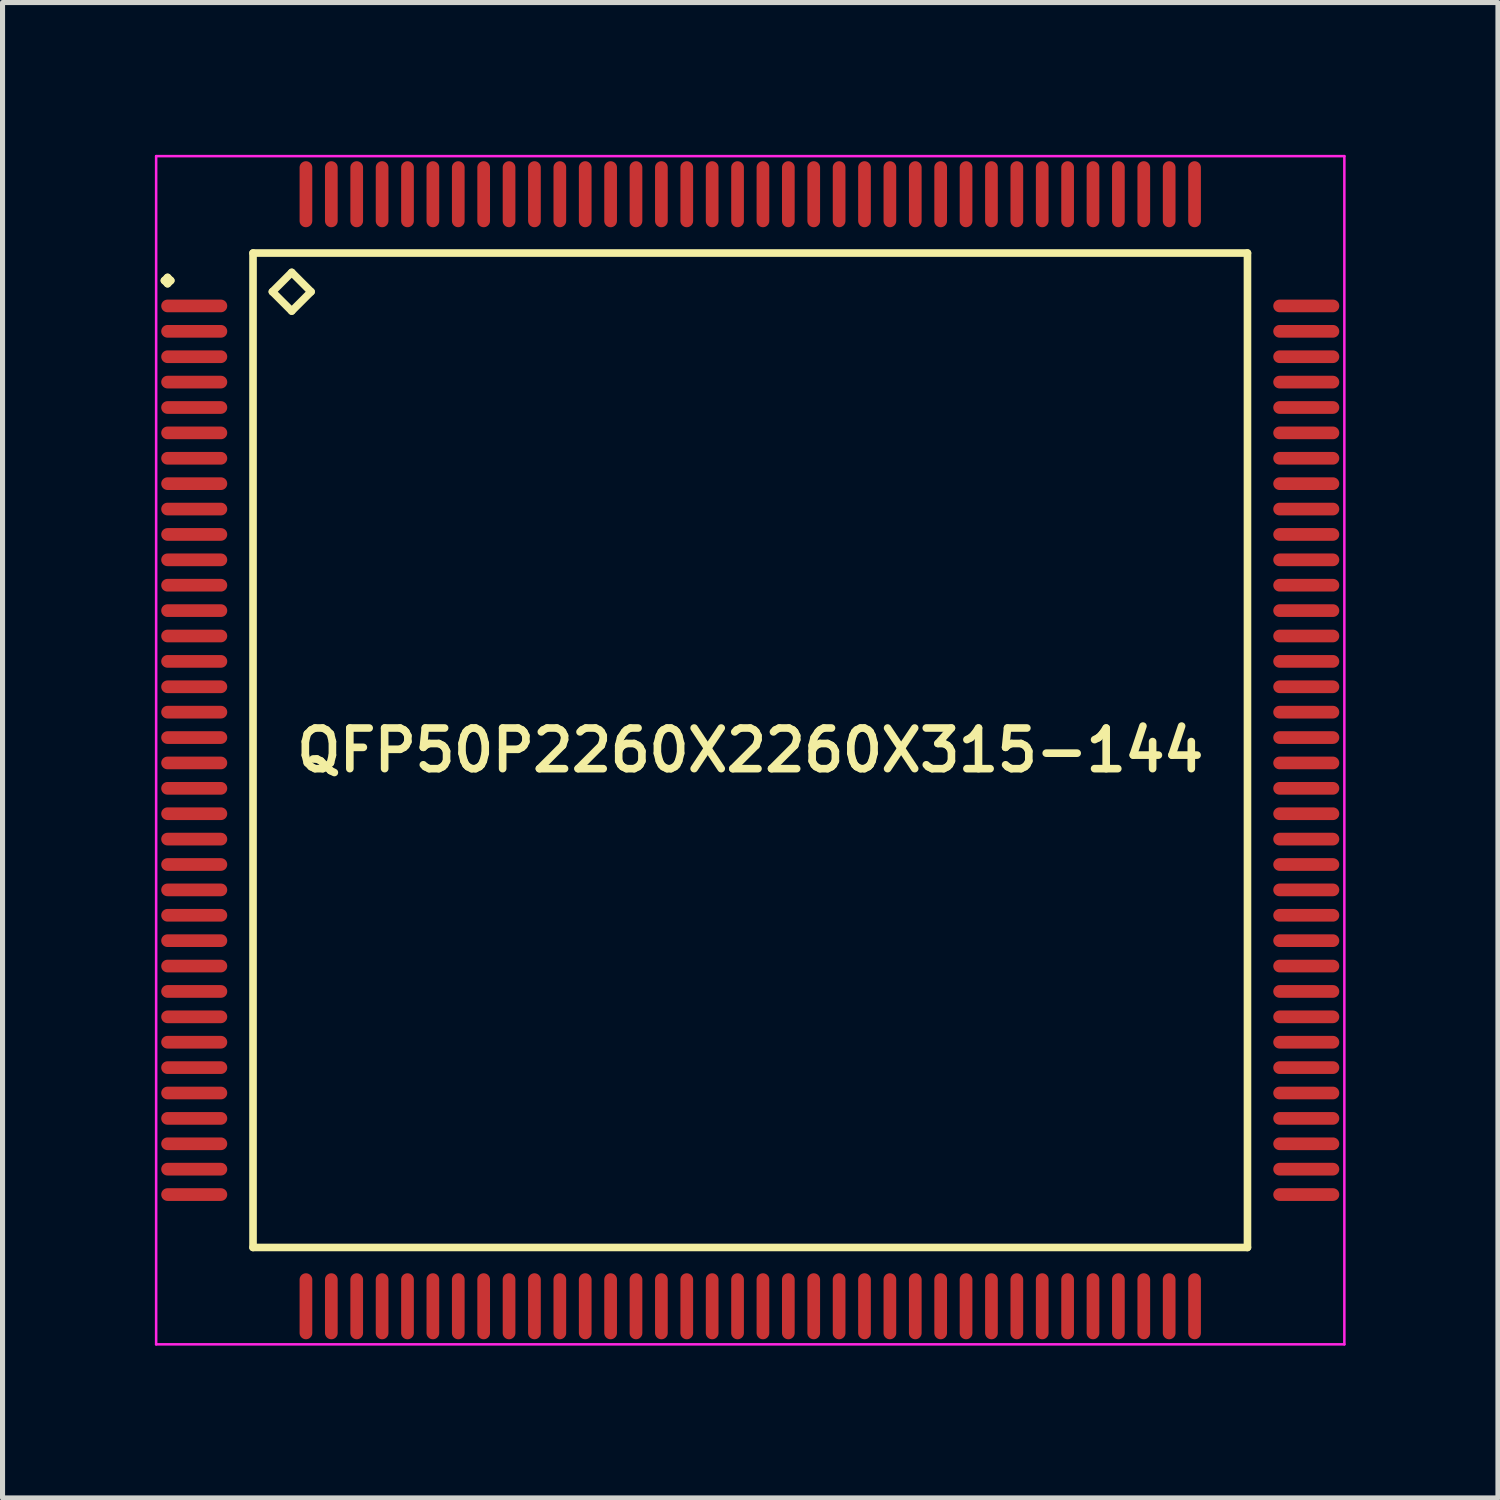
<source format=kicad_pcb>
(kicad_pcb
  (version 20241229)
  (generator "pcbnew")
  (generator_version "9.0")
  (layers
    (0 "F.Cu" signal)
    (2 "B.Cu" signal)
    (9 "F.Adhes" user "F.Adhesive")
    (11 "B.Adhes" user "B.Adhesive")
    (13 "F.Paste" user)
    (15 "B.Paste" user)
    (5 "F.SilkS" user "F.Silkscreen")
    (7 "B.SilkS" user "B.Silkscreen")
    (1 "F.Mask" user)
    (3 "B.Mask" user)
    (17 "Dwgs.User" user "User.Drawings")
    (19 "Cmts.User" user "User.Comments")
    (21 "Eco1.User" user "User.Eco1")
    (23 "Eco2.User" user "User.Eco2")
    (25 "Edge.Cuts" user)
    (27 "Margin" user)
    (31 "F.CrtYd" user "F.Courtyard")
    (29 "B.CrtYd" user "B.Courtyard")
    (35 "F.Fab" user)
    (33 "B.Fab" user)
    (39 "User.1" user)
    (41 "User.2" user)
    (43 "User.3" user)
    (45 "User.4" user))
  (footprint "QFP50P2260X2260X315-144"
    (layer "F.Cu")
    (at 11.725 11.725)
    (property "Reference" "QFP50P2260X2260X315-144" (at 0 0 0) (layer "F.SilkS") (effects (font (size 0.8 0.8) (thickness 0.15))))
    (attr smd)
    (fp_line (start -11.537 -9.25) (end -11.475 -9.312) (stroke (width 0.15) (type solid)) (layer "F.SilkS"))
    (fp_line (start -11.475 -9.312) (end -11.412 -9.25) (stroke (width 0.15) (type solid)) (layer "F.SilkS"))
    (fp_line (start -11.475 -9.188) (end -11.537 -9.25) (stroke (width 0.15) (type solid)) (layer "F.SilkS"))
    (fp_line (start -11.412 -9.25) (end -11.475 -9.188) (stroke (width 0.15) (type solid)) (layer "F.SilkS"))
    (fp_line (start -9.792 -9.792) (end -9.792 9.792) (stroke (width 0.15) (type solid)) (layer "F.SilkS"))
    (fp_line (start -9.792 9.792) (end 9.792 9.792) (stroke (width 0.15) (type solid)) (layer "F.SilkS"))
    (fp_line (start -9.411 -9.03) (end -9.03 -9.411) (stroke (width 0.15) (type solid)) (layer "F.SilkS"))
    (fp_line (start -9.03 -9.411) (end -8.649 -9.03) (stroke (width 0.15) (type solid)) (layer "F.SilkS"))
    (fp_line (start -9.03 -8.649) (end -9.411 -9.03) (stroke (width 0.15) (type solid)) (layer "F.SilkS"))
    (fp_line (start -8.649 -9.03) (end -9.03 -8.649) (stroke (width 0.15) (type solid)) (layer "F.SilkS"))
    (fp_line (start 9.792 -9.792) (end -9.792 -9.792) (stroke (width 0.15) (type solid)) (layer "F.SilkS"))
    (fp_line (start 9.792 9.792) (end 9.792 -9.792) (stroke (width 0.15) (type solid)) (layer "F.SilkS"))
    (fp_line (start -11.7 -11.7) (end 11.7 -11.7) (stroke (width 0.05) (type solid)) (layer "F.CrtYd"))
    (fp_line (start -11.7 11.7) (end -11.7 -11.7) (stroke (width 0.05) (type solid)) (layer "F.CrtYd"))
    (fp_line (start 11.7 -11.7) (end 11.7 11.7) (stroke (width 0.05) (type solid)) (layer "F.CrtYd"))
    (fp_line (start 11.7 11.7) (end -11.7 11.7) (stroke (width 0.05) (type solid)) (layer "F.CrtYd"))
    (pad "1" smd oval (at -10.95 -8.75) (size 1.3 0.25) (layers "F.Cu" "F.Mask" "F.Paste"))
    (pad "2" smd oval (at -10.95 -8.25) (size 1.3 0.25) (layers "F.Cu" "F.Mask" "F.Paste"))
    (pad "3" smd oval (at -10.95 -7.75) (size 1.3 0.25) (layers "F.Cu" "F.Mask" "F.Paste"))
    (pad "4" smd oval (at -10.95 -7.25) (size 1.3 0.25) (layers "F.Cu" "F.Mask" "F.Paste"))
    (pad "5" smd oval (at -10.95 -6.75) (size 1.3 0.25) (layers "F.Cu" "F.Mask" "F.Paste"))
    (pad "6" smd oval (at -10.95 -6.25) (size 1.3 0.25) (layers "F.Cu" "F.Mask" "F.Paste"))
    (pad "7" smd oval (at -10.95 -5.75) (size 1.3 0.25) (layers "F.Cu" "F.Mask" "F.Paste"))
    (pad "8" smd oval (at -10.95 -5.25) (size 1.3 0.25) (layers "F.Cu" "F.Mask" "F.Paste"))
    (pad "9" smd oval (at -10.95 -4.75) (size 1.3 0.25) (layers "F.Cu" "F.Mask" "F.Paste"))
    (pad "10" smd oval (at -10.95 -4.25) (size 1.3 0.25) (layers "F.Cu" "F.Mask" "F.Paste"))
    (pad "11" smd oval (at -10.95 -3.75) (size 1.3 0.25) (layers "F.Cu" "F.Mask" "F.Paste"))
    (pad "12" smd oval (at -10.95 -3.25) (size 1.3 0.25) (layers "F.Cu" "F.Mask" "F.Paste"))
    (pad "13" smd oval (at -10.95 -2.75) (size 1.3 0.25) (layers "F.Cu" "F.Mask" "F.Paste"))
    (pad "14" smd oval (at -10.95 -2.25) (size 1.3 0.25) (layers "F.Cu" "F.Mask" "F.Paste"))
    (pad "15" smd oval (at -10.95 -1.75) (size 1.3 0.25) (layers "F.Cu" "F.Mask" "F.Paste"))
    (pad "16" smd oval (at -10.95 -1.25) (size 1.3 0.25) (layers "F.Cu" "F.Mask" "F.Paste"))
    (pad "17" smd oval (at -10.95 -0.75) (size 1.3 0.25) (layers "F.Cu" "F.Mask" "F.Paste"))
    (pad "18" smd oval (at -10.95 -0.25) (size 1.3 0.25) (layers "F.Cu" "F.Mask" "F.Paste"))
    (pad "19" smd oval (at -10.95 0.25) (size 1.3 0.25) (layers "F.Cu" "F.Mask" "F.Paste"))
    (pad "20" smd oval (at -10.95 0.75) (size 1.3 0.25) (layers "F.Cu" "F.Mask" "F.Paste"))
    (pad "21" smd oval (at -10.95 1.25) (size 1.3 0.25) (layers "F.Cu" "F.Mask" "F.Paste"))
    (pad "22" smd oval (at -10.95 1.75) (size 1.3 0.25) (layers "F.Cu" "F.Mask" "F.Paste"))
    (pad "23" smd oval (at -10.95 2.25) (size 1.3 0.25) (layers "F.Cu" "F.Mask" "F.Paste"))
    (pad "24" smd oval (at -10.95 2.75) (size 1.3 0.25) (layers "F.Cu" "F.Mask" "F.Paste"))
    (pad "25" smd oval (at -10.95 3.25) (size 1.3 0.25) (layers "F.Cu" "F.Mask" "F.Paste"))
    (pad "26" smd oval (at -10.95 3.75) (size 1.3 0.25) (layers "F.Cu" "F.Mask" "F.Paste"))
    (pad "27" smd oval (at -10.95 4.25) (size 1.3 0.25) (layers "F.Cu" "F.Mask" "F.Paste"))
    (pad "28" smd oval (at -10.95 4.75) (size 1.3 0.25) (layers "F.Cu" "F.Mask" "F.Paste"))
    (pad "29" smd oval (at -10.95 5.25) (size 1.3 0.25) (layers "F.Cu" "F.Mask" "F.Paste"))
    (pad "30" smd oval (at -10.95 5.75) (size 1.3 0.25) (layers "F.Cu" "F.Mask" "F.Paste"))
    (pad "31" smd oval (at -10.95 6.25) (size 1.3 0.25) (layers "F.Cu" "F.Mask" "F.Paste"))
    (pad "32" smd oval (at -10.95 6.75) (size 1.3 0.25) (layers "F.Cu" "F.Mask" "F.Paste"))
    (pad "33" smd oval (at -10.95 7.25) (size 1.3 0.25) (layers "F.Cu" "F.Mask" "F.Paste"))
    (pad "34" smd oval (at -10.95 7.75) (size 1.3 0.25) (layers "F.Cu" "F.Mask" "F.Paste"))
    (pad "35" smd oval (at -10.95 8.25) (size 1.3 0.25) (layers "F.Cu" "F.Mask" "F.Paste"))
    (pad "36" smd oval (at -10.95 8.75) (size 1.3 0.25) (layers "F.Cu" "F.Mask" "F.Paste"))
    (pad "37" smd oval (at -8.75 10.95) (size 0.25 1.3) (layers "F.Cu" "F.Mask" "F.Paste"))
    (pad "38" smd oval (at -8.25 10.95) (size 0.25 1.3) (layers "F.Cu" "F.Mask" "F.Paste"))
    (pad "39" smd oval (at -7.75 10.95) (size 0.25 1.3) (layers "F.Cu" "F.Mask" "F.Paste"))
    (pad "40" smd oval (at -7.25 10.95) (size 0.25 1.3) (layers "F.Cu" "F.Mask" "F.Paste"))
    (pad "41" smd oval (at -6.75 10.95) (size 0.25 1.3) (layers "F.Cu" "F.Mask" "F.Paste"))
    (pad "42" smd oval (at -6.25 10.95) (size 0.25 1.3) (layers "F.Cu" "F.Mask" "F.Paste"))
    (pad "43" smd oval (at -5.75 10.95) (size 0.25 1.3) (layers "F.Cu" "F.Mask" "F.Paste"))
    (pad "44" smd oval (at -5.25 10.95) (size 0.25 1.3) (layers "F.Cu" "F.Mask" "F.Paste"))
    (pad "45" smd oval (at -4.75 10.95) (size 0.25 1.3) (layers "F.Cu" "F.Mask" "F.Paste"))
    (pad "46" smd oval (at -4.25 10.95) (size 0.25 1.3) (layers "F.Cu" "F.Mask" "F.Paste"))
    (pad "47" smd oval (at -3.75 10.95) (size 0.25 1.3) (layers "F.Cu" "F.Mask" "F.Paste"))
    (pad "48" smd oval (at -3.25 10.95) (size 0.25 1.3) (layers "F.Cu" "F.Mask" "F.Paste"))
    (pad "49" smd oval (at -2.75 10.95) (size 0.25 1.3) (layers "F.Cu" "F.Mask" "F.Paste"))
    (pad "50" smd oval (at -2.25 10.95) (size 0.25 1.3) (layers "F.Cu" "F.Mask" "F.Paste"))
    (pad "51" smd oval (at -1.75 10.95) (size 0.25 1.3) (layers "F.Cu" "F.Mask" "F.Paste"))
    (pad "52" smd oval (at -1.25 10.95) (size 0.25 1.3) (layers "F.Cu" "F.Mask" "F.Paste"))
    (pad "53" smd oval (at -0.75 10.95) (size 0.25 1.3) (layers "F.Cu" "F.Mask" "F.Paste"))
    (pad "54" smd oval (at -0.25 10.95) (size 0.25 1.3) (layers "F.Cu" "F.Mask" "F.Paste"))
    (pad "55" smd oval (at 0.25 10.95) (size 0.25 1.3) (layers "F.Cu" "F.Mask" "F.Paste"))
    (pad "56" smd oval (at 0.75 10.95) (size 0.25 1.3) (layers "F.Cu" "F.Mask" "F.Paste"))
    (pad "57" smd oval (at 1.25 10.95) (size 0.25 1.3) (layers "F.Cu" "F.Mask" "F.Paste"))
    (pad "58" smd oval (at 1.75 10.95) (size 0.25 1.3) (layers "F.Cu" "F.Mask" "F.Paste"))
    (pad "59" smd oval (at 2.25 10.95) (size 0.25 1.3) (layers "F.Cu" "F.Mask" "F.Paste"))
    (pad "60" smd oval (at 2.75 10.95) (size 0.25 1.3) (layers "F.Cu" "F.Mask" "F.Paste"))
    (pad "61" smd oval (at 3.25 10.95) (size 0.25 1.3) (layers "F.Cu" "F.Mask" "F.Paste"))
    (pad "62" smd oval (at 3.75 10.95) (size 0.25 1.3) (layers "F.Cu" "F.Mask" "F.Paste"))
    (pad "63" smd oval (at 4.25 10.95) (size 0.25 1.3) (layers "F.Cu" "F.Mask" "F.Paste"))
    (pad "64" smd oval (at 4.75 10.95) (size 0.25 1.3) (layers "F.Cu" "F.Mask" "F.Paste"))
    (pad "65" smd oval (at 5.25 10.95) (size 0.25 1.3) (layers "F.Cu" "F.Mask" "F.Paste"))
    (pad "66" smd oval (at 5.75 10.95) (size 0.25 1.3) (layers "F.Cu" "F.Mask" "F.Paste"))
    (pad "67" smd oval (at 6.25 10.95) (size 0.25 1.3) (layers "F.Cu" "F.Mask" "F.Paste"))
    (pad "68" smd oval (at 6.75 10.95) (size 0.25 1.3) (layers "F.Cu" "F.Mask" "F.Paste"))
    (pad "69" smd oval (at 7.25 10.95) (size 0.25 1.3) (layers "F.Cu" "F.Mask" "F.Paste"))
    (pad "70" smd oval (at 7.75 10.95) (size 0.25 1.3) (layers "F.Cu" "F.Mask" "F.Paste"))
    (pad "71" smd oval (at 8.25 10.95) (size 0.25 1.3) (layers "F.Cu" "F.Mask" "F.Paste"))
    (pad "72" smd oval (at 8.75 10.95) (size 0.25 1.3) (layers "F.Cu" "F.Mask" "F.Paste"))
    (pad "73" smd oval (at 10.95 8.75) (size 1.3 0.25) (layers "F.Cu" "F.Mask" "F.Paste"))
    (pad "74" smd oval (at 10.95 8.25) (size 1.3 0.25) (layers "F.Cu" "F.Mask" "F.Paste"))
    (pad "75" smd oval (at 10.95 7.75) (size 1.3 0.25) (layers "F.Cu" "F.Mask" "F.Paste"))
    (pad "76" smd oval (at 10.95 7.25) (size 1.3 0.25) (layers "F.Cu" "F.Mask" "F.Paste"))
    (pad "77" smd oval (at 10.95 6.75) (size 1.3 0.25) (layers "F.Cu" "F.Mask" "F.Paste"))
    (pad "78" smd oval (at 10.95 6.25) (size 1.3 0.25) (layers "F.Cu" "F.Mask" "F.Paste"))
    (pad "79" smd oval (at 10.95 5.75) (size 1.3 0.25) (layers "F.Cu" "F.Mask" "F.Paste"))
    (pad "80" smd oval (at 10.95 5.25) (size 1.3 0.25) (layers "F.Cu" "F.Mask" "F.Paste"))
    (pad "81" smd oval (at 10.95 4.75) (size 1.3 0.25) (layers "F.Cu" "F.Mask" "F.Paste"))
    (pad "82" smd oval (at 10.95 4.25) (size 1.3 0.25) (layers "F.Cu" "F.Mask" "F.Paste"))
    (pad "83" smd oval (at 10.95 3.75) (size 1.3 0.25) (layers "F.Cu" "F.Mask" "F.Paste"))
    (pad "84" smd oval (at 10.95 3.25) (size 1.3 0.25) (layers "F.Cu" "F.Mask" "F.Paste"))
    (pad "85" smd oval (at 10.95 2.75) (size 1.3 0.25) (layers "F.Cu" "F.Mask" "F.Paste"))
    (pad "86" smd oval (at 10.95 2.25) (size 1.3 0.25) (layers "F.Cu" "F.Mask" "F.Paste"))
    (pad "87" smd oval (at 10.95 1.75) (size 1.3 0.25) (layers "F.Cu" "F.Mask" "F.Paste"))
    (pad "88" smd oval (at 10.95 1.25) (size 1.3 0.25) (layers "F.Cu" "F.Mask" "F.Paste"))
    (pad "89" smd oval (at 10.95 0.75) (size 1.3 0.25) (layers "F.Cu" "F.Mask" "F.Paste"))
    (pad "90" smd oval (at 10.95 0.25) (size 1.3 0.25) (layers "F.Cu" "F.Mask" "F.Paste"))
    (pad "91" smd oval (at 10.95 -0.25) (size 1.3 0.25) (layers "F.Cu" "F.Mask" "F.Paste"))
    (pad "92" smd oval (at 10.95 -0.75) (size 1.3 0.25) (layers "F.Cu" "F.Mask" "F.Paste"))
    (pad "93" smd oval (at 10.95 -1.25) (size 1.3 0.25) (layers "F.Cu" "F.Mask" "F.Paste"))
    (pad "94" smd oval (at 10.95 -1.75) (size 1.3 0.25) (layers "F.Cu" "F.Mask" "F.Paste"))
    (pad "95" smd oval (at 10.95 -2.25) (size 1.3 0.25) (layers "F.Cu" "F.Mask" "F.Paste"))
    (pad "96" smd oval (at 10.95 -2.75) (size 1.3 0.25) (layers "F.Cu" "F.Mask" "F.Paste"))
    (pad "97" smd oval (at 10.95 -3.25) (size 1.3 0.25) (layers "F.Cu" "F.Mask" "F.Paste"))
    (pad "98" smd oval (at 10.95 -3.75) (size 1.3 0.25) (layers "F.Cu" "F.Mask" "F.Paste"))
    (pad "99" smd oval (at 10.95 -4.25) (size 1.3 0.25) (layers "F.Cu" "F.Mask" "F.Paste"))
    (pad "100" smd oval (at 10.95 -4.75) (size 1.3 0.25) (layers "F.Cu" "F.Mask" "F.Paste"))
    (pad "101" smd oval (at 10.95 -5.25) (size 1.3 0.25) (layers "F.Cu" "F.Mask" "F.Paste"))
    (pad "102" smd oval (at 10.95 -5.75) (size 1.3 0.25) (layers "F.Cu" "F.Mask" "F.Paste"))
    (pad "103" smd oval (at 10.95 -6.25) (size 1.3 0.25) (layers "F.Cu" "F.Mask" "F.Paste"))
    (pad "104" smd oval (at 10.95 -6.75) (size 1.3 0.25) (layers "F.Cu" "F.Mask" "F.Paste"))
    (pad "105" smd oval (at 10.95 -7.25) (size 1.3 0.25) (layers "F.Cu" "F.Mask" "F.Paste"))
    (pad "106" smd oval (at 10.95 -7.75) (size 1.3 0.25) (layers "F.Cu" "F.Mask" "F.Paste"))
    (pad "107" smd oval (at 10.95 -8.25) (size 1.3 0.25) (layers "F.Cu" "F.Mask" "F.Paste"))
    (pad "108" smd oval (at 10.95 -8.75) (size 1.3 0.25) (layers "F.Cu" "F.Mask" "F.Paste"))
    (pad "109" smd oval (at 8.75 -10.95) (size 0.25 1.3) (layers "F.Cu" "F.Mask" "F.Paste"))
    (pad "110" smd oval (at 8.25 -10.95) (size 0.25 1.3) (layers "F.Cu" "F.Mask" "F.Paste"))
    (pad "111" smd oval (at 7.75 -10.95) (size 0.25 1.3) (layers "F.Cu" "F.Mask" "F.Paste"))
    (pad "112" smd oval (at 7.25 -10.95) (size 0.25 1.3) (layers "F.Cu" "F.Mask" "F.Paste"))
    (pad "113" smd oval (at 6.75 -10.95) (size 0.25 1.3) (layers "F.Cu" "F.Mask" "F.Paste"))
    (pad "114" smd oval (at 6.25 -10.95) (size 0.25 1.3) (layers "F.Cu" "F.Mask" "F.Paste"))
    (pad "115" smd oval (at 5.75 -10.95) (size 0.25 1.3) (layers "F.Cu" "F.Mask" "F.Paste"))
    (pad "116" smd oval (at 5.25 -10.95) (size 0.25 1.3) (layers "F.Cu" "F.Mask" "F.Paste"))
    (pad "117" smd oval (at 4.75 -10.95) (size 0.25 1.3) (layers "F.Cu" "F.Mask" "F.Paste"))
    (pad "118" smd oval (at 4.25 -10.95) (size 0.25 1.3) (layers "F.Cu" "F.Mask" "F.Paste"))
    (pad "119" smd oval (at 3.75 -10.95) (size 0.25 1.3) (layers "F.Cu" "F.Mask" "F.Paste"))
    (pad "120" smd oval (at 3.25 -10.95) (size 0.25 1.3) (layers "F.Cu" "F.Mask" "F.Paste"))
    (pad "121" smd oval (at 2.75 -10.95) (size 0.25 1.3) (layers "F.Cu" "F.Mask" "F.Paste"))
    (pad "122" smd oval (at 2.25 -10.95) (size 0.25 1.3) (layers "F.Cu" "F.Mask" "F.Paste"))
    (pad "123" smd oval (at 1.75 -10.95) (size 0.25 1.3) (layers "F.Cu" "F.Mask" "F.Paste"))
    (pad "124" smd oval (at 1.25 -10.95) (size 0.25 1.3) (layers "F.Cu" "F.Mask" "F.Paste"))
    (pad "125" smd oval (at 0.75 -10.95) (size 0.25 1.3) (layers "F.Cu" "F.Mask" "F.Paste"))
    (pad "126" smd oval (at 0.25 -10.95) (size 0.25 1.3) (layers "F.Cu" "F.Mask" "F.Paste"))
    (pad "127" smd oval (at -0.25 -10.95) (size 0.25 1.3) (layers "F.Cu" "F.Mask" "F.Paste"))
    (pad "128" smd oval (at -0.75 -10.95) (size 0.25 1.3) (layers "F.Cu" "F.Mask" "F.Paste"))
    (pad "129" smd oval (at -1.25 -10.95) (size 0.25 1.3) (layers "F.Cu" "F.Mask" "F.Paste"))
    (pad "130" smd oval (at -1.75 -10.95) (size 0.25 1.3) (layers "F.Cu" "F.Mask" "F.Paste"))
    (pad "131" smd oval (at -2.25 -10.95) (size 0.25 1.3) (layers "F.Cu" "F.Mask" "F.Paste"))
    (pad "132" smd oval (at -2.75 -10.95) (size 0.25 1.3) (layers "F.Cu" "F.Mask" "F.Paste"))
    (pad "133" smd oval (at -3.25 -10.95) (size 0.25 1.3) (layers "F.Cu" "F.Mask" "F.Paste"))
    (pad "134" smd oval (at -3.75 -10.95) (size 0.25 1.3) (layers "F.Cu" "F.Mask" "F.Paste"))
    (pad "135" smd oval (at -4.25 -10.95) (size 0.25 1.3) (layers "F.Cu" "F.Mask" "F.Paste"))
    (pad "136" smd oval (at -4.75 -10.95) (size 0.25 1.3) (layers "F.Cu" "F.Mask" "F.Paste"))
    (pad "137" smd oval (at -5.25 -10.95) (size 0.25 1.3) (layers "F.Cu" "F.Mask" "F.Paste"))
    (pad "138" smd oval (at -5.75 -10.95) (size 0.25 1.3) (layers "F.Cu" "F.Mask" "F.Paste"))
    (pad "139" smd oval (at -6.25 -10.95) (size 0.25 1.3) (layers "F.Cu" "F.Mask" "F.Paste"))
    (pad "140" smd oval (at -6.75 -10.95) (size 0.25 1.3) (layers "F.Cu" "F.Mask" "F.Paste"))
    (pad "141" smd oval (at -7.25 -10.95) (size 0.25 1.3) (layers "F.Cu" "F.Mask" "F.Paste"))
    (pad "142" smd oval (at -7.75 -10.95) (size 0.25 1.3) (layers "F.Cu" "F.Mask" "F.Paste"))
    (pad "143" smd oval (at -8.25 -10.95) (size 0.25 1.3) (layers "F.Cu" "F.Mask" "F.Paste"))
    (pad "144" smd oval (at -8.75 -10.95) (size 0.25 1.3) (layers "F.Cu" "F.Mask" "F.Paste")))
  (gr_rect
    (start -3 -3)
    (end 26.45 26.45)
    (stroke (width 0.1) (type default))
    (fill no)
    (layer "Edge.Cuts")))
</source>
